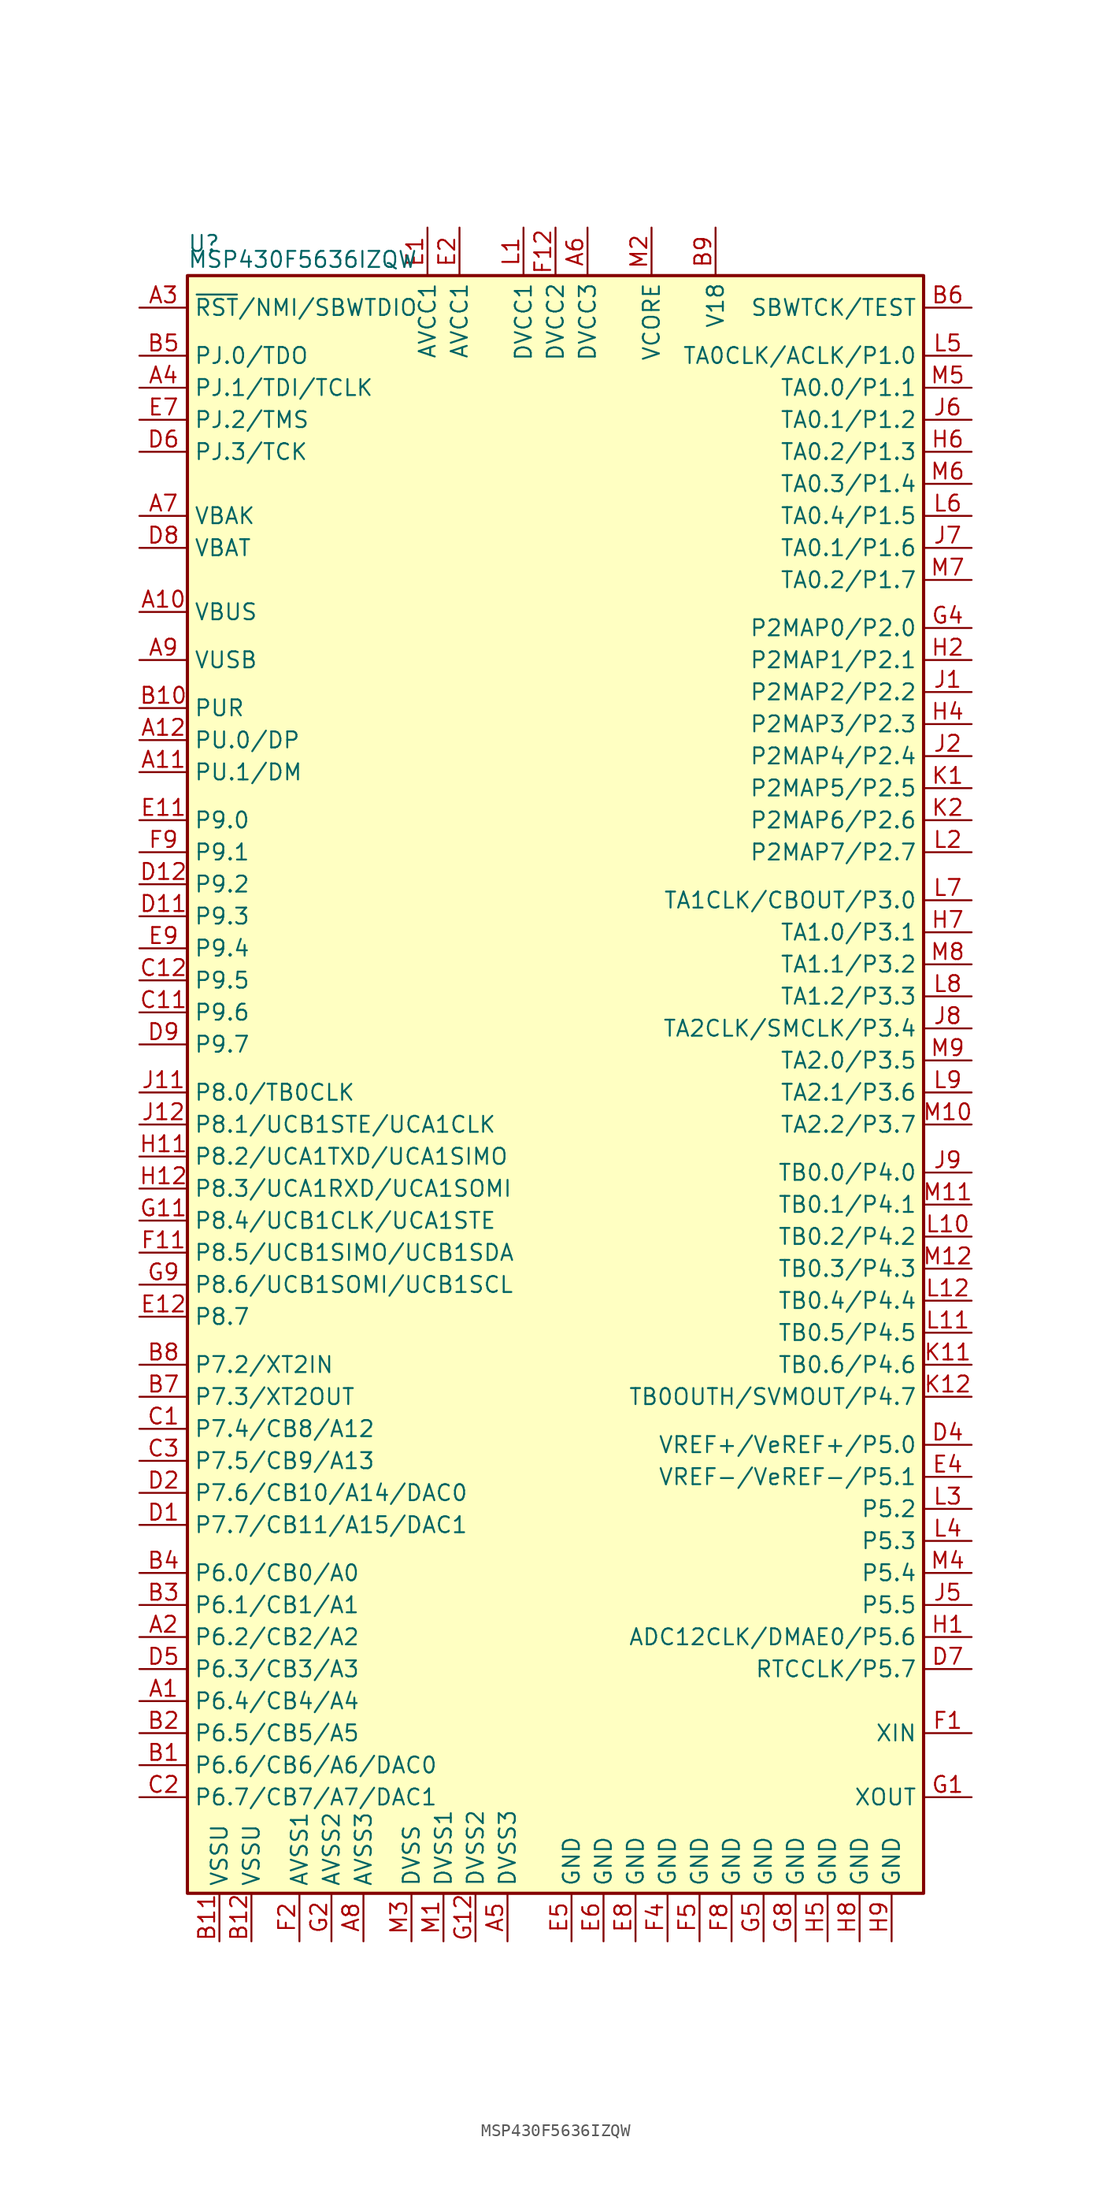
<source format=kicad_sym>
(kicad_symbol_lib
  (version 20201005)
  (generator kicad_symbol_editor)
  (symbol "MCU_Texas_MSP430:MSP430F5636IZQW"
    (property "Reference" "U"
      (at -29.21 66.04 0)
      (effects (font (size 1.27 1.27)) (justify left)))
    (property "Value" "MSP430F5636IZQW"
      (at -29.21 64.77 0)
      (effects (font (size 1.27 1.27)) (justify left)))
    (symbol "MSP430F5636IZQW_0_1"
      (rectangle (start -29.21 63.5) (end 29.21 -64.77) (stroke (width 0.254)) (fill (type background))))
    (symbol "MSP430F5636IZQW_1_1"
      (pin bidirectional line (at -33.02 -49.53 0) (length 3.81) (name "P6.4/CB4/A4" (effects (font (size 1.27 1.27)))) (number "A1" (effects (font (size 1.27 1.27)))))
      (pin bidirectional line (at -33.02 36.83 0) (length 3.81) (name "VBUS" (effects (font (size 1.27 1.27)))) (number "A10" (effects (font (size 1.27 1.27)))))
      (pin bidirectional line (at -33.02 24.13 0) (length 3.81) (name "PU.1/DM" (effects (font (size 1.27 1.27)))) (number "A11" (effects (font (size 1.27 1.27)))))
      (pin bidirectional line (at -33.02 26.67 0) (length 3.81) (name "PU.0/DP" (effects (font (size 1.27 1.27)))) (number "A12" (effects (font (size 1.27 1.27)))))
      (pin bidirectional line (at -33.02 -44.45 0) (length 3.81) (name "P6.2/CB2/A2" (effects (font (size 1.27 1.27)))) (number "A2" (effects (font (size 1.27 1.27)))))
      (pin input line (at -33.02 60.96 0) (length 3.81) (name "~RST~/NMI/SBWTDIO" (effects (font (size 1.27 1.27)))) (number "A3" (effects (font (size 1.27 1.27)))))
      (pin bidirectional line (at -33.02 54.61 0) (length 3.81) (name "PJ.1/TDI/TCLK" (effects (font (size 1.27 1.27)))) (number "A4" (effects (font (size 1.27 1.27)))))
      (pin power_in line (at -3.81 -68.58 90) (length 3.81) (name "DVSS3" (effects (font (size 1.27 1.27)))) (number "A5" (effects (font (size 1.27 1.27)))))
      (pin power_in line (at 2.54 67.31 270) (length 3.81) (name "DVCC3" (effects (font (size 1.27 1.27)))) (number "A6" (effects (font (size 1.27 1.27)))))
      (pin bidirectional line (at -33.02 44.45 0) (length 3.81) (name "VBAK" (effects (font (size 1.27 1.27)))) (number "A7" (effects (font (size 1.27 1.27)))))
      (pin power_in line (at -15.24 -68.58 90) (length 3.81) (name "AVSS3" (effects (font (size 1.27 1.27)))) (number "A8" (effects (font (size 1.27 1.27)))))
      (pin bidirectional line (at -33.02 33.02 0) (length 3.81) (name "VUSB" (effects (font (size 1.27 1.27)))) (number "A9" (effects (font (size 1.27 1.27)))))
      (pin bidirectional line (at -33.02 -54.61 0) (length 3.81) (name "P6.6/CB6/A6/DAC0" (effects (font (size 1.27 1.27)))) (number "B1" (effects (font (size 1.27 1.27)))))
      (pin bidirectional line (at -33.02 29.21 0) (length 3.81) (name "PUR" (effects (font (size 1.27 1.27)))) (number "B10" (effects (font (size 1.27 1.27)))))
      (pin power_in line (at -26.67 -68.58 90) (length 3.81) (name "VSSU" (effects (font (size 1.27 1.27)))) (number "B11" (effects (font (size 1.27 1.27)))))
      (pin power_in line (at -24.13 -68.58 90) (length 3.81) (name "VSSU" (effects (font (size 1.27 1.27)))) (number "B12" (effects (font (size 1.27 1.27)))))
      (pin bidirectional line (at -33.02 -52.07 0) (length 3.81) (name "P6.5/CB5/A5" (effects (font (size 1.27 1.27)))) (number "B2" (effects (font (size 1.27 1.27)))))
      (pin bidirectional line (at -33.02 -41.91 0) (length 3.81) (name "P6.1/CB1/A1" (effects (font (size 1.27 1.27)))) (number "B3" (effects (font (size 1.27 1.27)))))
      (pin bidirectional line (at -33.02 -39.37 0) (length 3.81) (name "P6.0/CB0/A0" (effects (font (size 1.27 1.27)))) (number "B4" (effects (font (size 1.27 1.27)))))
      (pin bidirectional line (at -33.02 57.15 0) (length 3.81) (name "PJ.0/TDO" (effects (font (size 1.27 1.27)))) (number "B5" (effects (font (size 1.27 1.27)))))
      (pin input line (at 33.02 60.96 180) (length 3.81) (name "SBWTCK/TEST" (effects (font (size 1.27 1.27)))) (number "B6" (effects (font (size 1.27 1.27)))))
      (pin bidirectional line (at -33.02 -25.4 0) (length 3.81) (name "P7.3/XT2OUT" (effects (font (size 1.27 1.27)))) (number "B7" (effects (font (size 1.27 1.27)))))
      (pin bidirectional line (at -33.02 -22.86 0) (length 3.81) (name "P7.2/XT2IN" (effects (font (size 1.27 1.27)))) (number "B8" (effects (font (size 1.27 1.27)))))
      (pin passive line (at 12.7 67.31 270) (length 3.81) (name "V18" (effects (font (size 1.27 1.27)))) (number "B9" (effects (font (size 1.27 1.27)))))
      (pin bidirectional line (at -33.02 -27.94 0) (length 3.81) (name "P7.4/CB8/A12" (effects (font (size 1.27 1.27)))) (number "C1" (effects (font (size 1.27 1.27)))))
      (pin bidirectional line (at -33.02 5.08 0) (length 3.81) (name "P9.6" (effects (font (size 1.27 1.27)))) (number "C11" (effects (font (size 1.27 1.27)))))
      (pin bidirectional line (at -33.02 7.62 0) (length 3.81) (name "P9.5" (effects (font (size 1.27 1.27)))) (number "C12" (effects (font (size 1.27 1.27)))))
      (pin bidirectional line (at -33.02 -57.15 0) (length 3.81) (name "P6.7/CB7/A7/DAC1" (effects (font (size 1.27 1.27)))) (number "C2" (effects (font (size 1.27 1.27)))))
      (pin bidirectional line (at -33.02 -30.48 0) (length 3.81) (name "P7.5/CB9/A13" (effects (font (size 1.27 1.27)))) (number "C3" (effects (font (size 1.27 1.27)))))
      (pin bidirectional line (at -33.02 -35.56 0) (length 3.81) (name "P7.7/CB11/A15/DAC1" (effects (font (size 1.27 1.27)))) (number "D1" (effects (font (size 1.27 1.27)))))
      (pin bidirectional line (at -33.02 12.7 0) (length 3.81) (name "P9.3" (effects (font (size 1.27 1.27)))) (number "D11" (effects (font (size 1.27 1.27)))))
      (pin bidirectional line (at -33.02 15.24 0) (length 3.81) (name "P9.2" (effects (font (size 1.27 1.27)))) (number "D12" (effects (font (size 1.27 1.27)))))
      (pin bidirectional line (at -33.02 -33.02 0) (length 3.81) (name "P7.6/CB10/A14/DAC0" (effects (font (size 1.27 1.27)))) (number "D2" (effects (font (size 1.27 1.27)))))
      (pin bidirectional line (at 33.02 -29.21 180) (length 3.81) (name "VREF+/VeREF+/P5.0" (effects (font (size 1.27 1.27)))) (number "D4" (effects (font (size 1.27 1.27)))))
      (pin bidirectional line (at -33.02 -46.99 0) (length 3.81) (name "P6.3/CB3/A3" (effects (font (size 1.27 1.27)))) (number "D5" (effects (font (size 1.27 1.27)))))
      (pin bidirectional line (at -33.02 49.53 0) (length 3.81) (name "PJ.3/TCK" (effects (font (size 1.27 1.27)))) (number "D6" (effects (font (size 1.27 1.27)))))
      (pin bidirectional line (at 33.02 -46.99 180) (length 3.81) (name "RTCCLK/P5.7" (effects (font (size 1.27 1.27)))) (number "D7" (effects (font (size 1.27 1.27)))))
      (pin bidirectional line (at -33.02 41.91 0) (length 3.81) (name "VBAT" (effects (font (size 1.27 1.27)))) (number "D8" (effects (font (size 1.27 1.27)))))
      (pin bidirectional line (at -33.02 2.54 0) (length 3.81) (name "P9.7" (effects (font (size 1.27 1.27)))) (number "D9" (effects (font (size 1.27 1.27)))))
      (pin power_in line (at -10.16 67.31 270) (length 3.81) (name "AVCC1" (effects (font (size 1.27 1.27)))) (number "E1" (effects (font (size 1.27 1.27)))))
      (pin bidirectional line (at -33.02 20.32 0) (length 3.81) (name "P9.0" (effects (font (size 1.27 1.27)))) (number "E11" (effects (font (size 1.27 1.27)))))
      (pin bidirectional line (at -33.02 -19.05 0) (length 3.81) (name "P8.7" (effects (font (size 1.27 1.27)))) (number "E12" (effects (font (size 1.27 1.27)))))
      (pin power_in line (at -7.62 67.31 270) (length 3.81) (name "AVCC1" (effects (font (size 1.27 1.27)))) (number "E2" (effects (font (size 1.27 1.27)))))
      (pin bidirectional line (at 33.02 -31.75 180) (length 3.81) (name "VREF-/VeREF-/P5.1" (effects (font (size 1.27 1.27)))) (number "E4" (effects (font (size 1.27 1.27)))))
      (pin power_in line (at 1.27 -68.58 90) (length 3.81) (name "GND" (effects (font (size 1.27 1.27)))) (number "E5" (effects (font (size 1.27 1.27)))))
      (pin power_in line (at 3.81 -68.58 90) (length 3.81) (name "GND" (effects (font (size 1.27 1.27)))) (number "E6" (effects (font (size 1.27 1.27)))))
      (pin bidirectional line (at -33.02 52.07 0) (length 3.81) (name "PJ.2/TMS" (effects (font (size 1.27 1.27)))) (number "E7" (effects (font (size 1.27 1.27)))))
      (pin power_in line (at 6.35 -68.58 90) (length 3.81) (name "GND" (effects (font (size 1.27 1.27)))) (number "E8" (effects (font (size 1.27 1.27)))))
      (pin bidirectional line (at -33.02 10.16 0) (length 3.81) (name "P9.4" (effects (font (size 1.27 1.27)))) (number "E9" (effects (font (size 1.27 1.27)))))
      (pin bidirectional line (at 33.02 -52.07 180) (length 3.81) (name "XIN" (effects (font (size 1.27 1.27)))) (number "F1" (effects (font (size 1.27 1.27)))))
      (pin bidirectional line (at -33.02 -13.97 0) (length 3.81) (name "P8.5/UCB1SIMO/UCB1SDA" (effects (font (size 1.27 1.27)))) (number "F11" (effects (font (size 1.27 1.27)))))
      (pin power_in line (at 0 67.31 270) (length 3.81) (name "DVCC2" (effects (font (size 1.27 1.27)))) (number "F12" (effects (font (size 1.27 1.27)))))
      (pin power_in line (at -20.32 -68.58 90) (length 3.81) (name "AVSS1" (effects (font (size 1.27 1.27)))) (number "F2" (effects (font (size 1.27 1.27)))))
      (pin power_in line (at 8.89 -68.58 90) (length 3.81) (name "GND" (effects (font (size 1.27 1.27)))) (number "F4" (effects (font (size 1.27 1.27)))))
      (pin power_in line (at 11.43 -68.58 90) (length 3.81) (name "GND" (effects (font (size 1.27 1.27)))) (number "F5" (effects (font (size 1.27 1.27)))))
      (pin power_in line (at 13.97 -68.58 90) (length 3.81) (name "GND" (effects (font (size 1.27 1.27)))) (number "F8" (effects (font (size 1.27 1.27)))))
      (pin bidirectional line (at -33.02 17.78 0) (length 3.81) (name "P9.1" (effects (font (size 1.27 1.27)))) (number "F9" (effects (font (size 1.27 1.27)))))
      (pin bidirectional line (at 33.02 -57.15 180) (length 3.81) (name "XOUT" (effects (font (size 1.27 1.27)))) (number "G1" (effects (font (size 1.27 1.27)))))
      (pin bidirectional line (at -33.02 -11.43 0) (length 3.81) (name "P8.4/UCB1CLK/UCA1STE" (effects (font (size 1.27 1.27)))) (number "G11" (effects (font (size 1.27 1.27)))))
      (pin power_in line (at -6.35 -68.58 90) (length 3.81) (name "DVSS2" (effects (font (size 1.27 1.27)))) (number "G12" (effects (font (size 1.27 1.27)))))
      (pin power_in line (at -17.78 -68.58 90) (length 3.81) (name "AVSS2" (effects (font (size 1.27 1.27)))) (number "G2" (effects (font (size 1.27 1.27)))))
      (pin bidirectional line (at 33.02 35.56 180) (length 3.81) (name "P2MAP0/P2.0" (effects (font (size 1.27 1.27)))) (number "G4" (effects (font (size 1.27 1.27)))))
      (pin power_in line (at 16.51 -68.58 90) (length 3.81) (name "GND" (effects (font (size 1.27 1.27)))) (number "G5" (effects (font (size 1.27 1.27)))))
      (pin power_in line (at 19.05 -68.58 90) (length 3.81) (name "GND" (effects (font (size 1.27 1.27)))) (number "G8" (effects (font (size 1.27 1.27)))))
      (pin bidirectional line (at -33.02 -16.51 0) (length 3.81) (name "P8.6/UCB1SOMI/UCB1SCL" (effects (font (size 1.27 1.27)))) (number "G9" (effects (font (size 1.27 1.27)))))
      (pin bidirectional line (at 33.02 -44.45 180) (length 3.81) (name "ADC12CLK/DMAE0/P5.6" (effects (font (size 1.27 1.27)))) (number "H1" (effects (font (size 1.27 1.27)))))
      (pin bidirectional line (at -33.02 -6.35 0) (length 3.81) (name "P8.2/UCA1TXD/UCA1SIMO" (effects (font (size 1.27 1.27)))) (number "H11" (effects (font (size 1.27 1.27)))))
      (pin bidirectional line (at -33.02 -8.89 0) (length 3.81) (name "P8.3/UCA1RXD/UCA1SOMI" (effects (font (size 1.27 1.27)))) (number "H12" (effects (font (size 1.27 1.27)))))
      (pin bidirectional line (at 33.02 33.02 180) (length 3.81) (name "P2MAP1/P2.1" (effects (font (size 1.27 1.27)))) (number "H2" (effects (font (size 1.27 1.27)))))
      (pin bidirectional line (at 33.02 27.94 180) (length 3.81) (name "P2MAP3/P2.3" (effects (font (size 1.27 1.27)))) (number "H4" (effects (font (size 1.27 1.27)))))
      (pin power_in line (at 21.59 -68.58 90) (length 3.81) (name "GND" (effects (font (size 1.27 1.27)))) (number "H5" (effects (font (size 1.27 1.27)))))
      (pin bidirectional line (at 33.02 49.53 180) (length 3.81) (name "TA0.2/P1.3" (effects (font (size 1.27 1.27)))) (number "H6" (effects (font (size 1.27 1.27)))))
      (pin bidirectional line (at 33.02 11.43 180) (length 3.81) (name "TA1.0/P3.1" (effects (font (size 1.27 1.27)))) (number "H7" (effects (font (size 1.27 1.27)))))
      (pin power_in line (at 24.13 -68.58 90) (length 3.81) (name "GND" (effects (font (size 1.27 1.27)))) (number "H8" (effects (font (size 1.27 1.27)))))
      (pin power_in line (at 26.67 -68.58 90) (length 3.81) (name "GND" (effects (font (size 1.27 1.27)))) (number "H9" (effects (font (size 1.27 1.27)))))
      (pin bidirectional line (at 33.02 30.48 180) (length 3.81) (name "P2MAP2/P2.2" (effects (font (size 1.27 1.27)))) (number "J1" (effects (font (size 1.27 1.27)))))
      (pin bidirectional line (at -33.02 -1.27 0) (length 3.81) (name "P8.0/TB0CLK" (effects (font (size 1.27 1.27)))) (number "J11" (effects (font (size 1.27 1.27)))))
      (pin bidirectional line (at -33.02 -3.81 0) (length 3.81) (name "P8.1/UCB1STE/UCA1CLK" (effects (font (size 1.27 1.27)))) (number "J12" (effects (font (size 1.27 1.27)))))
      (pin bidirectional line (at 33.02 25.4 180) (length 3.81) (name "P2MAP4/P2.4" (effects (font (size 1.27 1.27)))) (number "J2" (effects (font (size 1.27 1.27)))))
      (pin bidirectional line (at 33.02 -41.91 180) (length 3.81) (name "P5.5" (effects (font (size 1.27 1.27)))) (number "J5" (effects (font (size 1.27 1.27)))))
      (pin bidirectional line (at 33.02 52.07 180) (length 3.81) (name "TA0.1/P1.2" (effects (font (size 1.27 1.27)))) (number "J6" (effects (font (size 1.27 1.27)))))
      (pin bidirectional line (at 33.02 41.91 180) (length 3.81) (name "TA0.1/P1.6" (effects (font (size 1.27 1.27)))) (number "J7" (effects (font (size 1.27 1.27)))))
      (pin bidirectional line (at 33.02 3.81 180) (length 3.81) (name "TA2CLK/SMCLK/P3.4" (effects (font (size 1.27 1.27)))) (number "J8" (effects (font (size 1.27 1.27)))))
      (pin bidirectional line (at 33.02 -7.62 180) (length 3.81) (name "TB0.0/P4.0" (effects (font (size 1.27 1.27)))) (number "J9" (effects (font (size 1.27 1.27)))))
      (pin bidirectional line (at 33.02 22.86 180) (length 3.81) (name "P2MAP5/P2.5" (effects (font (size 1.27 1.27)))) (number "K1" (effects (font (size 1.27 1.27)))))
      (pin bidirectional line (at 33.02 -22.86 180) (length 3.81) (name "TB0.6/P4.6" (effects (font (size 1.27 1.27)))) (number "K11" (effects (font (size 1.27 1.27)))))
      (pin bidirectional line (at 33.02 -25.4 180) (length 3.81) (name "TB0OUTH/SVMOUT/P4.7" (effects (font (size 1.27 1.27)))) (number "K12" (effects (font (size 1.27 1.27)))))
      (pin bidirectional line (at 33.02 20.32 180) (length 3.81) (name "P2MAP6/P2.6" (effects (font (size 1.27 1.27)))) (number "K2" (effects (font (size 1.27 1.27)))))
      (pin power_in line (at -2.54 67.31 270) (length 3.81) (name "DVCC1" (effects (font (size 1.27 1.27)))) (number "L1" (effects (font (size 1.27 1.27)))))
      (pin bidirectional line (at 33.02 -12.7 180) (length 3.81) (name "TB0.2/P4.2" (effects (font (size 1.27 1.27)))) (number "L10" (effects (font (size 1.27 1.27)))))
      (pin bidirectional line (at 33.02 -20.32 180) (length 3.81) (name "TB0.5/P4.5" (effects (font (size 1.27 1.27)))) (number "L11" (effects (font (size 1.27 1.27)))))
      (pin bidirectional line (at 33.02 -17.78 180) (length 3.81) (name "TB0.4/P4.4" (effects (font (size 1.27 1.27)))) (number "L12" (effects (font (size 1.27 1.27)))))
      (pin bidirectional line (at 33.02 17.78 180) (length 3.81) (name "P2MAP7/P2.7" (effects (font (size 1.27 1.27)))) (number "L2" (effects (font (size 1.27 1.27)))))
      (pin bidirectional line (at 33.02 -34.29 180) (length 3.81) (name "P5.2" (effects (font (size 1.27 1.27)))) (number "L3" (effects (font (size 1.27 1.27)))))
      (pin bidirectional line (at 33.02 -36.83 180) (length 3.81) (name "P5.3" (effects (font (size 1.27 1.27)))) (number "L4" (effects (font (size 1.27 1.27)))))
      (pin bidirectional line (at 33.02 57.15 180) (length 3.81) (name "TA0CLK/ACLK/P1.0" (effects (font (size 1.27 1.27)))) (number "L5" (effects (font (size 1.27 1.27)))))
      (pin bidirectional line (at 33.02 44.45 180) (length 3.81) (name "TA0.4/P1.5" (effects (font (size 1.27 1.27)))) (number "L6" (effects (font (size 1.27 1.27)))))
      (pin bidirectional line (at 33.02 13.97 180) (length 3.81) (name "TA1CLK/CBOUT/P3.0" (effects (font (size 1.27 1.27)))) (number "L7" (effects (font (size 1.27 1.27)))))
      (pin bidirectional line (at 33.02 6.35 180) (length 3.81) (name "TA1.2/P3.3" (effects (font (size 1.27 1.27)))) (number "L8" (effects (font (size 1.27 1.27)))))
      (pin bidirectional line (at 33.02 -1.27 180) (length 3.81) (name "TA2.1/P3.6" (effects (font (size 1.27 1.27)))) (number "L9" (effects (font (size 1.27 1.27)))))
      (pin power_in line (at -8.89 -68.58 90) (length 3.81) (name "DVSS1" (effects (font (size 1.27 1.27)))) (number "M1" (effects (font (size 1.27 1.27)))))
      (pin bidirectional line (at 33.02 -3.81 180) (length 3.81) (name "TA2.2/P3.7" (effects (font (size 1.27 1.27)))) (number "M10" (effects (font (size 1.27 1.27)))))
      (pin bidirectional line (at 33.02 -10.16 180) (length 3.81) (name "TB0.1/P4.1" (effects (font (size 1.27 1.27)))) (number "M11" (effects (font (size 1.27 1.27)))))
      (pin bidirectional line (at 33.02 -15.24 180) (length 3.81) (name "TB0.3/P4.3" (effects (font (size 1.27 1.27)))) (number "M12" (effects (font (size 1.27 1.27)))))
      (pin bidirectional line (at 7.62 67.31 270) (length 3.81) (name "VCORE" (effects (font (size 1.27 1.27)))) (number "M2" (effects (font (size 1.27 1.27)))))
      (pin power_in line (at -11.43 -68.58 90) (length 3.81) (name "DVSS" (effects (font (size 1.27 1.27)))) (number "M3" (effects (font (size 1.27 1.27)))))
      (pin bidirectional line (at 33.02 -39.37 180) (length 3.81) (name "P5.4" (effects (font (size 1.27 1.27)))) (number "M4" (effects (font (size 1.27 1.27)))))
      (pin bidirectional line (at 33.02 54.61 180) (length 3.81) (name "TA0.0/P1.1" (effects (font (size 1.27 1.27)))) (number "M5" (effects (font (size 1.27 1.27)))))
      (pin bidirectional line (at 33.02 46.99 180) (length 3.81) (name "TA0.3/P1.4" (effects (font (size 1.27 1.27)))) (number "M6" (effects (font (size 1.27 1.27)))))
      (pin bidirectional line (at 33.02 39.37 180) (length 3.81) (name "TA0.2/P1.7" (effects (font (size 1.27 1.27)))) (number "M7" (effects (font (size 1.27 1.27)))))
      (pin bidirectional line (at 33.02 8.89 180) (length 3.81) (name "TA1.1/P3.2" (effects (font (size 1.27 1.27)))) (number "M8" (effects (font (size 1.27 1.27)))))
      (pin bidirectional line (at 33.02 1.27 180) (length 3.81) (name "TA2.0/P3.5" (effects (font (size 1.27 1.27)))) (number "M9" (effects (font (size 1.27 1.27))))))))
</source>
